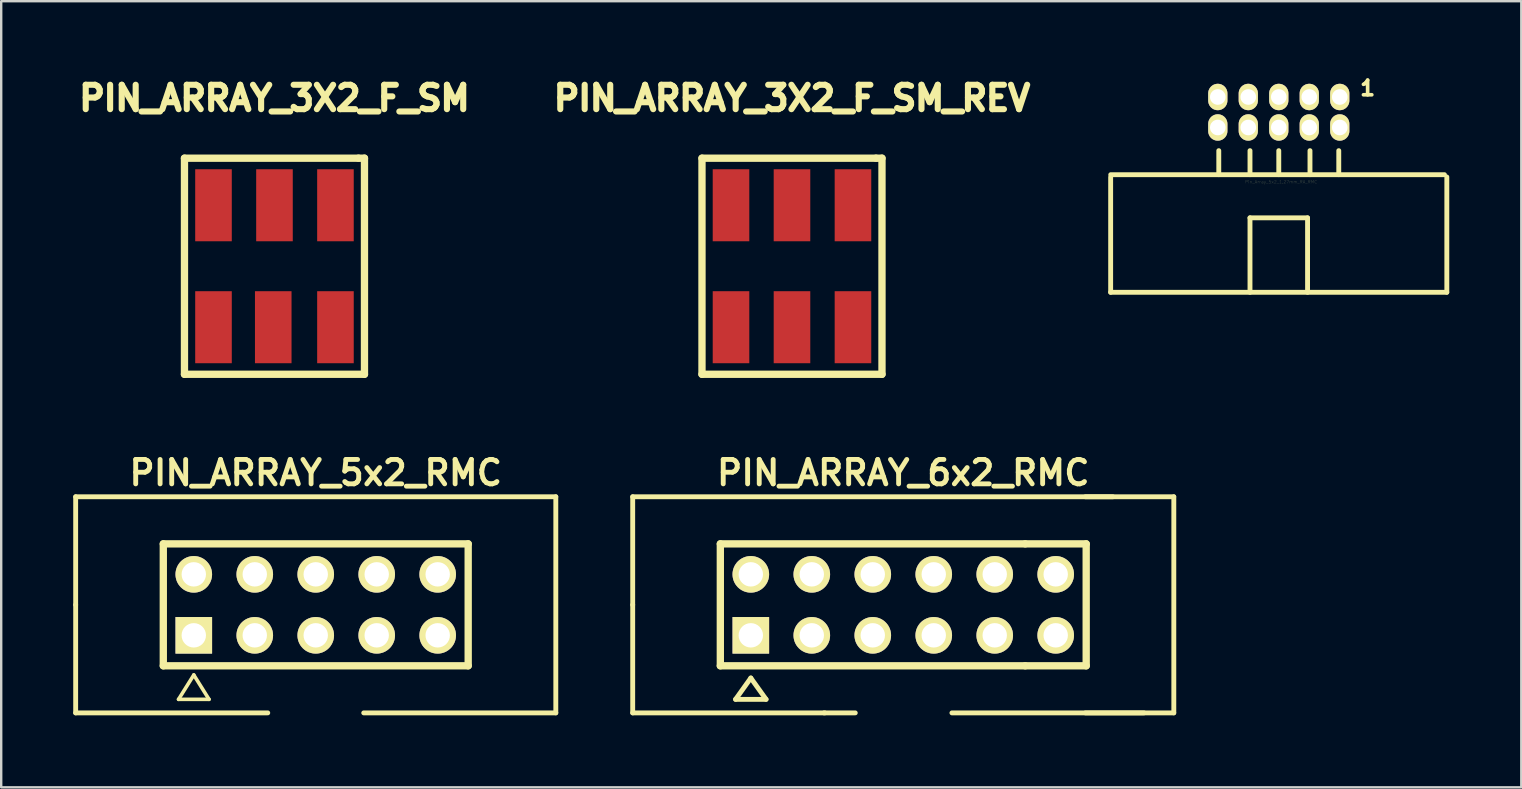
<source format=kicad_pcb>
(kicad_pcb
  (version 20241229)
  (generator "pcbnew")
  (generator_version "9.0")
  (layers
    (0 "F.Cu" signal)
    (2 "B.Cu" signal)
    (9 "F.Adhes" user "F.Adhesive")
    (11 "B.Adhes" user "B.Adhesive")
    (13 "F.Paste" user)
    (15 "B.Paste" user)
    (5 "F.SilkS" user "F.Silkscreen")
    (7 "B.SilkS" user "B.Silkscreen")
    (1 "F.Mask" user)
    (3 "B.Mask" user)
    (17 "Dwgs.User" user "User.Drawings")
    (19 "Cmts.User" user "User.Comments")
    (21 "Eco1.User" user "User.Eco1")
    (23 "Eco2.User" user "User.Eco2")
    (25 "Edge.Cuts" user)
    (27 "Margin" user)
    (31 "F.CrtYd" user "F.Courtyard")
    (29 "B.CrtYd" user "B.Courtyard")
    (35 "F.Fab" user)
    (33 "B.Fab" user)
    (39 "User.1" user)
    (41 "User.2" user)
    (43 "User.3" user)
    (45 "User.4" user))
  (footprint "PIN_ARRAY_6x2_RMC"
    (layer "F.Cu")
    (at 34.575 22.144)
    (property "Reference" "PIN_ARRAY_6x2_RMC" (at 0 -5.499 0) (layer "F.SilkS") (effects (font (size 1.016 1.016) (thickness 0.203))))
    (attr through_hole)
    (fp_line (start -11.27 -4.501) (end -11.27 0) (stroke (width 0.203) (type solid)) (layer "F.SilkS"))
    (fp_line (start -11.27 0) (end -11.27 4.501) (stroke (width 0.203) (type solid)) (layer "F.SilkS"))
    (fp_line (start -11.27 4.501) (end -3.269 4.501) (stroke (width 0.203) (type solid)) (layer "F.SilkS"))
    (fp_line (start -7.62 -2.54) (end 5.08 -2.54) (stroke (width 0.305) (type solid)) (layer "F.SilkS"))
    (fp_line (start -7.62 2.54) (end -7.62 -2.54) (stroke (width 0.305) (type solid)) (layer "F.SilkS"))
    (fp_line (start -6.35 3.048) (end -6.985 3.937) (stroke (width 0.203) (type solid)) (layer "F.SilkS"))
    (fp_line (start -6.35 3.048) (end -5.715 3.937) (stroke (width 0.203) (type solid)) (layer "F.SilkS"))
    (fp_line (start -5.715 3.937) (end -6.985 3.937) (stroke (width 0.203) (type solid)) (layer "F.SilkS"))
    (fp_line (start -3.299 4.501) (end -1.999 4.501) (stroke (width 0.203) (type solid)) (layer "F.SilkS"))
    (fp_line (start 2.027 4.501) (end 10.028 4.501) (stroke (width 0.203) (type solid)) (layer "F.SilkS"))
    (fp_line (start 5.08 -2.54) (end 7.62 -2.54) (stroke (width 0.305) (type solid)) (layer "F.SilkS"))
    (fp_line (start 5.08 2.54) (end -7.62 2.54) (stroke (width 0.305) (type solid)) (layer "F.SilkS"))
    (fp_line (start 7.587 -4.501) (end 11.267 -4.501) (stroke (width 0.203) (type solid)) (layer "F.SilkS"))
    (fp_line (start 7.587 4.501) (end 11.267 4.501) (stroke (width 0.203) (type solid)) (layer "F.SilkS"))
    (fp_line (start 7.62 -2.54) (end 7.62 2.54) (stroke (width 0.305) (type solid)) (layer "F.SilkS"))
    (fp_line (start 7.62 2.54) (end 5.08 2.54) (stroke (width 0.305) (type solid)) (layer "F.SilkS"))
    (fp_line (start 8.73 -4.501) (end -11.27 -4.501) (stroke (width 0.203) (type solid)) (layer "F.SilkS"))
    (fp_line (start 11.27 4.501) (end 11.27 -4.501) (stroke (width 0.203) (type solid)) (layer "F.SilkS"))
    (pad "1" thru_hole rect (at -6.35 1.27) (size 1.524 1.524) (drill 1.016) (layers "*.Cu" "*.Mask" "F.SilkS"))
    (pad "2" thru_hole circle (at -6.35 -1.27) (size 1.524 1.524) (drill 1.016) (layers "*.Cu" "*.Mask" "F.SilkS"))
    (pad "3" thru_hole circle (at -3.81 1.27) (size 1.524 1.524) (drill 1.016) (layers "*.Cu" "*.Mask" "F.SilkS"))
    (pad "4" thru_hole circle (at -3.81 -1.27) (size 1.524 1.524) (drill 1.016) (layers "*.Cu" "*.Mask" "F.SilkS"))
    (pad "5" thru_hole circle (at -1.27 1.27) (size 1.524 1.524) (drill 1.016) (layers "*.Cu" "*.Mask" "F.SilkS"))
    (pad "6" thru_hole circle (at -1.27 -1.27) (size 1.524 1.524) (drill 1.016) (layers "*.Cu" "*.Mask" "F.SilkS"))
    (pad "7" thru_hole circle (at 1.27 1.27) (size 1.524 1.524) (drill 1.016) (layers "*.Cu" "*.Mask" "F.SilkS"))
    (pad "8" thru_hole circle (at 1.27 -1.27) (size 1.524 1.524) (drill 1.016) (layers "*.Cu" "*.Mask" "F.SilkS"))
    (pad "9" thru_hole circle (at 3.81 1.27) (size 1.524 1.524) (drill 1.016) (layers "*.Cu" "*.Mask" "F.SilkS"))
    (pad "10" thru_hole circle (at 3.81 -1.27) (size 1.524 1.524) (drill 1.016) (layers "*.Cu" "*.Mask" "F.SilkS"))
    (pad "11" thru_hole circle (at 6.35 1.27) (size 1.524 1.524) (drill 1.016) (layers "*.Cu" "*.Mask" "F.SilkS"))
    (pad "12" thru_hole circle (at 6.35 -1.27) (size 1.524 1.524) (drill 1.016) (layers "*.Cu" "*.Mask" "F.SilkS")))
  (footprint "PIN_ARRAY_5x2_RMC"
    (layer "F.Cu")
    (at 10.102 22.144)
    (property "Reference" "PIN_ARRAY_5x2_RMC" (at 0 -5.499 0) (layer "F.SilkS") (effects (font (size 1.016 1.016) (thickness 0.203))))
    (attr through_hole)
    (fp_line (start -10 -4.501) (end -10 0) (stroke (width 0.203) (type solid)) (layer "F.SilkS"))
    (fp_line (start -10 0) (end -10 4.501) (stroke (width 0.203) (type solid)) (layer "F.SilkS"))
    (fp_line (start -10 4.501) (end -1.999 4.501) (stroke (width 0.203) (type solid)) (layer "F.SilkS"))
    (fp_line (start -6.35 -2.54) (end 6.35 -2.54) (stroke (width 0.305) (type solid)) (layer "F.SilkS"))
    (fp_line (start -6.35 2.54) (end -6.35 -2.54) (stroke (width 0.305) (type solid)) (layer "F.SilkS"))
    (fp_line (start -5.715 3.937) (end -4.445 3.937) (stroke (width 0.15) (type solid)) (layer "F.SilkS"))
    (fp_line (start -5.08 2.921) (end -5.715 3.937) (stroke (width 0.15) (type solid)) (layer "F.SilkS"))
    (fp_line (start -4.445 3.937) (end -5.08 2.921) (stroke (width 0.15) (type solid)) (layer "F.SilkS"))
    (fp_line (start 1.999 4.501) (end 10 4.501) (stroke (width 0.203) (type solid)) (layer "F.SilkS"))
    (fp_line (start 6.35 -2.54) (end 6.35 2.54) (stroke (width 0.305) (type solid)) (layer "F.SilkS"))
    (fp_line (start 6.35 2.54) (end -6.35 2.54) (stroke (width 0.305) (type solid)) (layer "F.SilkS"))
    (fp_line (start 10 -4.501) (end -10 -4.501) (stroke (width 0.203) (type solid)) (layer "F.SilkS"))
    (fp_line (start 10 4.501) (end 10 -4.501) (stroke (width 0.203) (type solid)) (layer "F.SilkS"))
    (pad "1" thru_hole rect (at -5.08 1.27) (size 1.524 1.524) (drill 1.016) (layers "*.Cu" "*.Mask" "F.SilkS"))
    (pad "2" thru_hole circle (at -5.08 -1.27) (size 1.524 1.524) (drill 1.016) (layers "*.Cu" "*.Mask" "F.SilkS"))
    (pad "3" thru_hole circle (at -2.54 1.27) (size 1.524 1.524) (drill 1.016) (layers "*.Cu" "*.Mask" "F.SilkS"))
    (pad "4" thru_hole circle (at -2.54 -1.27) (size 1.524 1.524) (drill 1.016) (layers "*.Cu" "*.Mask" "F.SilkS"))
    (pad "5" thru_hole circle (at 0 1.27) (size 1.524 1.524) (drill 1.016) (layers "*.Cu" "*.Mask" "F.SilkS"))
    (pad "6" thru_hole circle (at 0 -1.27) (size 1.524 1.524) (drill 1.016) (layers "*.Cu" "*.Mask" "F.SilkS"))
    (pad "7" thru_hole circle (at 2.54 1.27) (size 1.524 1.524) (drill 1.016) (layers "*.Cu" "*.Mask" "F.SilkS"))
    (pad "8" thru_hole circle (at 2.54 -1.27) (size 1.524 1.524) (drill 1.016) (layers "*.Cu" "*.Mask" "F.SilkS"))
    (pad "9" thru_hole circle (at 5.08 1.27) (size 1.524 1.524) (drill 1.016) (layers "*.Cu" "*.Mask" "F.SilkS"))
    (pad "10" thru_hole circle (at 5.08 -1.27) (size 1.524 1.524) (drill 1.016) (layers "*.Cu" "*.Mask" "F.SilkS")))
  (footprint "PIN_ARRAY_3X2_F_SM_REV"
    (layer "F.Cu")
    (at 29.94 8.04)
    (property "Reference" "PIN_ARRAY_3X2_F_SM_REV" (at 0 -7 0) (layer "F.SilkS") (effects (font (size 1.016 1.016) (thickness 0.254))))
    (attr through_hole)
    (fp_line (start -3.749 -4.501) (end 3.5 -4.501) (stroke (width 0.305) (type solid)) (layer "F.SilkS"))
    (fp_line (start -3.749 4.501) (end -3.749 -4.501) (stroke (width 0.305) (type solid)) (layer "F.SilkS"))
    (fp_line (start 3.5 -4.501) (end 3.749 -4.501) (stroke (width 0.305) (type solid)) (layer "F.SilkS"))
    (fp_line (start 3.749 -4.501) (end 3.749 4.501) (stroke (width 0.305) (type solid)) (layer "F.SilkS"))
    (fp_line (start 3.749 4.501) (end -3.749 4.501) (stroke (width 0.305) (type solid)) (layer "F.SilkS"))
    (pad "1" smd rect (at -2.54 -2.54) (size 1.524 3) (layers "F.Cu" "F.Mask" "F.Paste"))
    (pad "2" smd rect (at -2.54 2.54) (size 1.524 3) (layers "F.Cu" "F.Mask" "F.Paste"))
    (pad "3" smd rect (at 0 -2.54) (size 1.524 3) (layers "F.Cu" "F.Mask" "F.Paste"))
    (pad "4" smd rect (at 0 2.54) (size 1.524 3) (layers "F.Cu" "F.Mask" "F.Paste"))
    (pad "5" smd rect (at 2.54 -2.54) (size 1.524 3) (layers "F.Cu" "F.Mask" "F.Paste"))
    (pad "6" smd rect (at 2.54 2.54) (size 1.524 3) (layers "F.Cu" "F.Mask" "F.Paste")))
  (footprint "PIN_ARRAY_3X2_F_SM"
    (layer "F.Cu")
    (at 8.383 8.04)
    (property "Reference" "PIN_ARRAY_3X2_F_SM" (at 0 -7 0) (layer "F.SilkS") (effects (font (size 1.016 1.016) (thickness 0.254))))
    (attr through_hole)
    (fp_line (start -3.749 -4.501) (end 3.5 -4.501) (stroke (width 0.305) (type solid)) (layer "F.SilkS"))
    (fp_line (start -3.749 4.501) (end -3.749 -4.501) (stroke (width 0.305) (type solid)) (layer "F.SilkS"))
    (fp_line (start 3.5 -4.501) (end 3.749 -4.501) (stroke (width 0.305) (type solid)) (layer "F.SilkS"))
    (fp_line (start 3.749 -4.501) (end 3.749 4.501) (stroke (width 0.305) (type solid)) (layer "F.SilkS"))
    (fp_line (start 3.749 4.501) (end -3.749 4.501) (stroke (width 0.305) (type solid)) (layer "F.SilkS"))
    (pad "1" smd rect (at -2.54 2.54) (size 1.524 3) (layers "F.Cu" "F.Mask" "F.Paste"))
    (pad "2" smd rect (at -2.54 -2.54) (size 1.524 3) (layers "F.Cu" "F.Mask" "F.Paste"))
    (pad "3" smd rect (at -0.051 2.54) (size 1.524 3) (layers "F.Cu" "F.Mask" "F.Paste"))
    (pad "4" smd rect (at 0 -2.54) (size 1.524 3) (layers "F.Cu" "F.Mask" "F.Paste"))
    (pad "5" smd rect (at 2.54 2.54) (size 1.524 3) (layers "F.Cu" "F.Mask" "F.Paste"))
    (pad "6" smd rect (at 2.54 -2.54) (size 1.524 3) (layers "F.Cu" "F.Mask" "F.Paste")))
  (footprint "Pin_Array_5x2_1.27mm_RA_RMC"
    (layer "F.Cu")
    (at 50.217 1.625)
    (property "Reference" "Pin_Array_5x2_1.27mm_RA_RMC" (at 0.099 2.901 0) (layer "F.SilkS") (effects (font (size 0.127 0.127) (thickness 0.003))))
    (attr through_hole)
    (fp_line (start -7.003 2.7) (end -7.003 7.501) (stroke (width 0.203) (type solid)) (layer "F.SilkS"))
    (fp_line (start -7 2.601) (end 6.901 2.601) (stroke (width 0.203) (type solid)) (layer "F.SilkS"))
    (fp_line (start -2.499 1.6) (end -2.499 2.601) (stroke (width 0.203) (type solid)) (layer "F.SilkS"))
    (fp_line (start -1.199 1.6) (end -1.199 2.601) (stroke (width 0.203) (type solid)) (layer "F.SilkS"))
    (fp_line (start -1.199 4.399) (end 1.199 4.399) (stroke (width 0.203) (type solid)) (layer "F.SilkS"))
    (fp_line (start -1.199 7.501) (end -1.199 4.399) (stroke (width 0.203) (type solid)) (layer "F.SilkS"))
    (fp_line (start 0 2.601) (end 0 1.6) (stroke (width 0.203) (type solid)) (layer "F.SilkS"))
    (fp_line (start 1.199 4.399) (end 1.199 7.501) (stroke (width 0.203) (type solid)) (layer "F.SilkS"))
    (fp_line (start 1.3 2.601) (end 1.3 1.6) (stroke (width 0.203) (type solid)) (layer "F.SilkS"))
    (fp_line (start 2.499 1.6) (end 2.499 2.601) (stroke (width 0.203) (type solid)) (layer "F.SilkS"))
    (fp_line (start 6.998 7.501) (end -7.003 7.501) (stroke (width 0.203) (type solid)) (layer "F.SilkS"))
    (fp_line (start 7 2.697) (end 7 7.498) (stroke (width 0.203) (type solid)) (layer "F.SilkS"))
    (fp_text user "1" (at 3.701 -1.001 0) (layer "F.SilkS") (effects (font (size 0.61 0.61) (thickness 0.152))))
    (pad "1" thru_hole oval (at 2.54 -0.635) (size 0.8 1.1) (drill 0.65) (layers "*.Cu" "*.Mask" "F.SilkS"))
    (pad "2" thru_hole oval (at 2.54 0.635) (size 0.8 1.1) (drill 0.65) (layers "*.Cu" "*.Mask" "F.SilkS"))
    (pad "3" thru_hole oval (at 1.27 -0.635) (size 0.8 1.1) (drill 0.65) (layers "*.Cu" "*.Mask" "F.SilkS"))
    (pad "4" thru_hole oval (at 1.27 0.635) (size 0.8 1.1) (drill 0.65) (layers "*.Cu" "*.Mask" "F.SilkS"))
    (pad "5" thru_hole oval (at 0 -0.635) (size 0.8 1.1) (drill 0.65) (layers "*.Cu" "*.Mask" "F.SilkS"))
    (pad "6" thru_hole oval (at 0 0.635) (size 0.8 1.1) (drill 0.65) (layers "*.Cu" "*.Mask" "F.SilkS"))
    (pad "7" thru_hole oval (at -1.27 -0.635) (size 0.8 1.1) (drill 0.65) (layers "*.Cu" "*.Mask" "F.SilkS"))
    (pad "8" thru_hole oval (at -1.27 0.635) (size 0.8 1.1) (drill 0.65) (layers "*.Cu" "*.Mask" "F.SilkS"))
    (pad "9" thru_hole oval (at -2.54 -0.635) (size 0.8 1.1) (drill 0.65) (layers "*.Cu" "*.Mask" "F.SilkS"))
    (pad "10" thru_hole oval (at -2.54 0.635) (size 0.8 1.1) (drill 0.65) (layers "*.Cu" "*.Mask" "F.SilkS")))
  (gr_rect
    (start -3 -3)
    (end 60.319 29.746)
    (stroke (width 0.1) (type default))
    (fill no)
    (layer "Edge.Cuts")))
</source>
